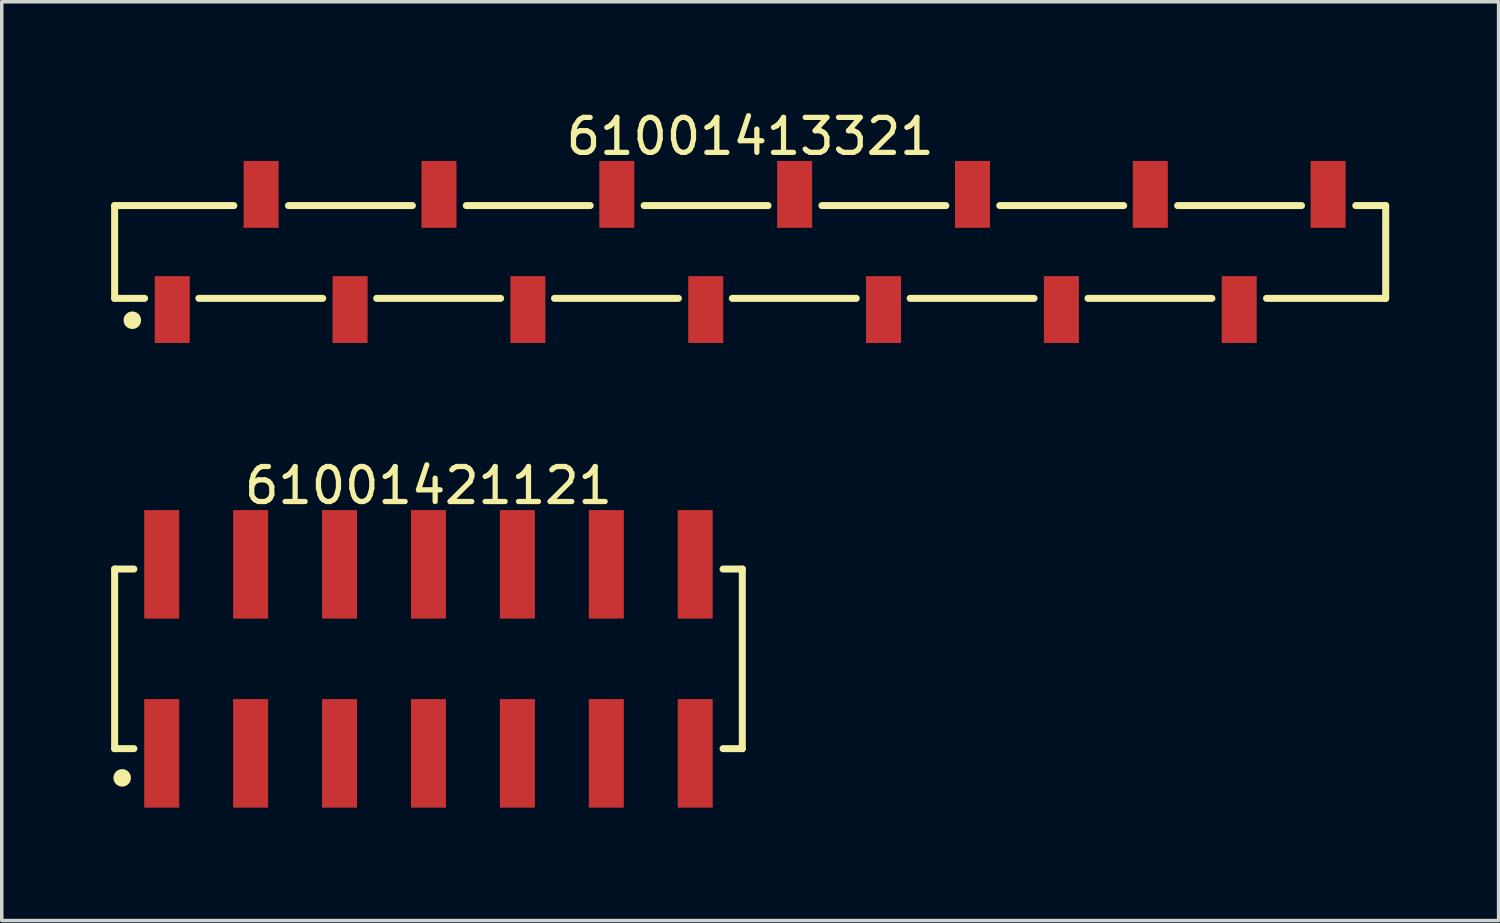
<source format=kicad_pcb>
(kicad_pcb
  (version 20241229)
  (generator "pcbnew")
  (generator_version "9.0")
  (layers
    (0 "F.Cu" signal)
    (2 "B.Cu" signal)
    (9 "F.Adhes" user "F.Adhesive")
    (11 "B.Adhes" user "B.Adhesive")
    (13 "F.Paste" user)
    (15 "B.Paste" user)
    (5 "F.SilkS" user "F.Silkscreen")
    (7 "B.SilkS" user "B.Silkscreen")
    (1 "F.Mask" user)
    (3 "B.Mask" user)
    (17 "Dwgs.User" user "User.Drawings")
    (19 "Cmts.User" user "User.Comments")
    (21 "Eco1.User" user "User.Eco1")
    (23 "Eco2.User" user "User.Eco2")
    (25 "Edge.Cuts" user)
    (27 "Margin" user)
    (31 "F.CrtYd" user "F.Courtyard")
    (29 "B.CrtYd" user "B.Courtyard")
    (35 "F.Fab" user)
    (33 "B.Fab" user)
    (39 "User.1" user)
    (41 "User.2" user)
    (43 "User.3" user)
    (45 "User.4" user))
  (footprint "61001421121"
    (layer "F.Cu")
    (at 9.19 15.771)
    (property "Reference" "61001421121" (at 0 -4.95 0) (layer "F.SilkS") (effects (font (size 1 1) (thickness 0.15))))
    (fp_line (start -8.965 -2.565) (end -8.415 -2.565) (stroke (width 0.2) (type solid)) (layer "F.SilkS"))
    (fp_line (start -8.965 2.565) (end -8.965 -2.565) (stroke (width 0.2) (type solid)) (layer "F.SilkS"))
    (fp_line (start -8.965 2.565) (end -8.415 2.565) (stroke (width 0.2) (type solid)) (layer "F.SilkS"))
    (fp_line (start 8.415 -2.565) (end 8.965 -2.565) (stroke (width 0.2) (type solid)) (layer "F.SilkS"))
    (fp_line (start 8.415 2.565) (end 8.965 2.565) (stroke (width 0.2) (type solid)) (layer "F.SilkS"))
    (fp_line (start 8.965 2.565) (end 8.965 -2.565) (stroke (width 0.2) (type solid)) (layer "F.SilkS"))
    (fp_circle (center -8.75 3.4) (end -8.75 3.275) (stroke (width 0.25) (type solid)) (fill no) (layer "F.SilkS"))
    (fp_line (start -9.165 -4.45) (end 9.165 -4.45) (stroke (width 0.05) (type solid)) (layer "Eco2.User"))
    (fp_line (start -9.165 4.45) (end -9.165 -4.45) (stroke (width 0.05) (type solid)) (layer "Eco2.User"))
    (fp_line (start -9.165 4.45) (end 9.165 4.45) (stroke (width 0.05) (type solid)) (layer "Eco2.User"))
    (fp_line (start -8.89 -2.54) (end 8.89 -2.54) (stroke (width 0.1) (type solid)) (layer "Eco2.User"))
    (fp_line (start -8.89 2.54) (end -8.89 -2.54) (stroke (width 0.1) (type solid)) (layer "Eco2.User"))
    (fp_line (start -8.89 2.54) (end 8.89 2.54) (stroke (width 0.1) (type solid)) (layer "Eco2.User"))
    (fp_line (start -7.94 -3.75) (end -7.3 -3.75) (stroke (width 0.1) (type solid)) (layer "Eco2.User"))
    (fp_line (start -7.94 -2.54) (end -7.94 -3.75) (stroke (width 0.1) (type solid)) (layer "Eco2.User"))
    (fp_line (start -7.94 3.75) (end -7.94 2.54) (stroke (width 0.1) (type solid)) (layer "Eco2.User"))
    (fp_line (start -7.94 3.75) (end -7.3 3.75) (stroke (width 0.1) (type solid)) (layer "Eco2.User"))
    (fp_line (start -7.3 -2.54) (end -7.3 -3.75) (stroke (width 0.1) (type solid)) (layer "Eco2.User"))
    (fp_line (start -7.3 3.75) (end -7.3 2.54) (stroke (width 0.1) (type solid)) (layer "Eco2.User"))
    (fp_line (start -5.4 -3.75) (end -4.76 -3.75) (stroke (width 0.1) (type solid)) (layer "Eco2.User"))
    (fp_line (start -5.4 -2.54) (end -5.4 -3.75) (stroke (width 0.1) (type solid)) (layer "Eco2.User"))
    (fp_line (start -5.4 3.75) (end -5.4 2.54) (stroke (width 0.1) (type solid)) (layer "Eco2.User"))
    (fp_line (start -5.4 3.75) (end -4.76 3.75) (stroke (width 0.1) (type solid)) (layer "Eco2.User"))
    (fp_line (start -4.76 -2.54) (end -4.76 -3.75) (stroke (width 0.1) (type solid)) (layer "Eco2.User"))
    (fp_line (start -4.76 3.75) (end -4.76 2.54) (stroke (width 0.1) (type solid)) (layer "Eco2.User"))
    (fp_line (start -2.86 -3.75) (end -2.22 -3.75) (stroke (width 0.1) (type solid)) (layer "Eco2.User"))
    (fp_line (start -2.86 -2.54) (end -2.86 -3.75) (stroke (width 0.1) (type solid)) (layer "Eco2.User"))
    (fp_line (start -2.86 3.75) (end -2.86 2.54) (stroke (width 0.1) (type solid)) (layer "Eco2.User"))
    (fp_line (start -2.86 3.75) (end -2.22 3.75) (stroke (width 0.1) (type solid)) (layer "Eco2.User"))
    (fp_line (start -2.22 -2.54) (end -2.22 -3.75) (stroke (width 0.1) (type solid)) (layer "Eco2.User"))
    (fp_line (start -2.22 3.75) (end -2.22 2.54) (stroke (width 0.1) (type solid)) (layer "Eco2.User"))
    (fp_line (start -0.5 0) (end 0.5 0) (stroke (width 0.05) (type solid)) (layer "Eco2.User"))
    (fp_line (start -0.32 -3.75) (end 0.32 -3.75) (stroke (width 0.1) (type solid)) (layer "Eco2.User"))
    (fp_line (start -0.32 -2.54) (end -0.32 -3.75) (stroke (width 0.1) (type solid)) (layer "Eco2.User"))
    (fp_line (start -0.32 3.75) (end -0.32 2.54) (stroke (width 0.1) (type solid)) (layer "Eco2.User"))
    (fp_line (start -0.32 3.75) (end 0.32 3.75) (stroke (width 0.1) (type solid)) (layer "Eco2.User"))
    (fp_line (start 0 0.5) (end 0 -0.5) (stroke (width 0.05) (type solid)) (layer "Eco2.User"))
    (fp_line (start 0.32 -2.54) (end 0.32 -3.75) (stroke (width 0.1) (type solid)) (layer "Eco2.User"))
    (fp_line (start 0.32 3.75) (end 0.32 2.54) (stroke (width 0.1) (type solid)) (layer "Eco2.User"))
    (fp_line (start 2.22 -3.75) (end 2.86 -3.75) (stroke (width 0.1) (type solid)) (layer "Eco2.User"))
    (fp_line (start 2.22 -2.54) (end 2.22 -3.75) (stroke (width 0.1) (type solid)) (layer "Eco2.User"))
    (fp_line (start 2.22 3.75) (end 2.22 2.54) (stroke (width 0.1) (type solid)) (layer "Eco2.User"))
    (fp_line (start 2.22 3.75) (end 2.86 3.75) (stroke (width 0.1) (type solid)) (layer "Eco2.User"))
    (fp_line (start 2.86 -2.54) (end 2.86 -3.75) (stroke (width 0.1) (type solid)) (layer "Eco2.User"))
    (fp_line (start 2.86 3.75) (end 2.86 2.54) (stroke (width 0.1) (type solid)) (layer "Eco2.User"))
    (fp_line (start 4.76 -3.75) (end 5.4 -3.75) (stroke (width 0.1) (type solid)) (layer "Eco2.User"))
    (fp_line (start 4.76 -2.54) (end 4.76 -3.75) (stroke (width 0.1) (type solid)) (layer "Eco2.User"))
    (fp_line (start 4.76 3.75) (end 4.76 2.54) (stroke (width 0.1) (type solid)) (layer "Eco2.User"))
    (fp_line (start 4.76 3.75) (end 5.4 3.75) (stroke (width 0.1) (type solid)) (layer "Eco2.User"))
    (fp_line (start 5.4 -2.54) (end 5.4 -3.75) (stroke (width 0.1) (type solid)) (layer "Eco2.User"))
    (fp_line (start 5.4 3.75) (end 5.4 2.54) (stroke (width 0.1) (type solid)) (layer "Eco2.User"))
    (fp_line (start 7.3 -3.75) (end 7.94 -3.75) (stroke (width 0.1) (type solid)) (layer "Eco2.User"))
    (fp_line (start 7.3 -2.54) (end 7.3 -3.75) (stroke (width 0.1) (type solid)) (layer "Eco2.User"))
    (fp_line (start 7.3 3.75) (end 7.3 2.54) (stroke (width 0.1) (type solid)) (layer "Eco2.User"))
    (fp_line (start 7.3 3.75) (end 7.94 3.75) (stroke (width 0.1) (type solid)) (layer "Eco2.User"))
    (fp_line (start 7.94 -2.54) (end 7.94 -3.75) (stroke (width 0.1) (type solid)) (layer "Eco2.User"))
    (fp_line (start 7.94 3.75) (end 7.94 2.54) (stroke (width 0.1) (type solid)) (layer "Eco2.User"))
    (fp_line (start 8.89 2.54) (end 8.89 -2.54) (stroke (width 0.1) (type solid)) (layer "Eco2.User"))
    (fp_line (start 9.165 4.45) (end 9.165 -4.45) (stroke (width 0.05) (type solid)) (layer "Eco2.User"))
    (fp_text user "${REFERENCE}" (at 0.15 -0.197 0) (unlocked yes) (layer "User.3") (effects (font (size 1.5 1.5) (thickness 0.15))))
    (pad "1" smd rect (at -7.62 2.7) (size 1 3.1) (layers "F.Cu" "F.Mask" "F.Paste"))
    (pad "2" smd rect (at -7.62 -2.7) (size 1 3.1) (layers "F.Cu" "F.Mask" "F.Paste"))
    (pad "3" smd rect (at -5.08 2.7) (size 1 3.1) (layers "F.Cu" "F.Mask" "F.Paste"))
    (pad "4" smd rect (at -5.08 -2.7) (size 1 3.1) (layers "F.Cu" "F.Mask" "F.Paste"))
    (pad "5" smd rect (at -2.54 2.7) (size 1 3.1) (layers "F.Cu" "F.Mask" "F.Paste"))
    (pad "6" smd rect (at -2.54 -2.7) (size 1 3.1) (layers "F.Cu" "F.Mask" "F.Paste"))
    (pad "7" smd rect (at 0 2.7) (size 1 3.1) (layers "F.Cu" "F.Mask" "F.Paste"))
    (pad "8" smd rect (at 0 -2.7) (size 1 3.1) (layers "F.Cu" "F.Mask" "F.Paste"))
    (pad "9" smd rect (at 2.54 2.7) (size 1 3.1) (layers "F.Cu" "F.Mask" "F.Paste"))
    (pad "10" smd rect (at 2.54 -2.7) (size 1 3.1) (layers "F.Cu" "F.Mask" "F.Paste"))
    (pad "11" smd rect (at 5.08 2.7) (size 1 3.1) (layers "F.Cu" "F.Mask" "F.Paste"))
    (pad "12" smd rect (at 5.08 -2.7) (size 1 3.1) (layers "F.Cu" "F.Mask" "F.Paste"))
    (pad "13" smd rect (at 7.62 2.7) (size 1 3.1) (layers "F.Cu" "F.Mask" "F.Paste"))
    (pad "14" smd rect (at 7.62 -2.7) (size 1 3.1) (layers "F.Cu" "F.Mask" "F.Paste")))
  (footprint "61001413321"
    (layer "F.Cu")
    (at 18.38 4.148)
    (property "Reference" "61001413321" (at 0 -3.3 0) (layer "F.SilkS") (effects (font (size 1 1) (thickness 0.15))))
    (fp_line (start -18.155 -1.325) (end -14.75 -1.325) (stroke (width 0.2) (type solid)) (layer "F.SilkS"))
    (fp_line (start -18.155 1.325) (end -18.155 -1.325) (stroke (width 0.2) (type solid)) (layer "F.SilkS"))
    (fp_line (start -18.155 1.325) (end -17.3 1.325) (stroke (width 0.2) (type solid)) (layer "F.SilkS"))
    (fp_line (start -15.75 1.325) (end -12.21 1.325) (stroke (width 0.2) (type solid)) (layer "F.SilkS"))
    (fp_line (start -13.19 -1.325) (end -9.65 -1.325) (stroke (width 0.2) (type solid)) (layer "F.SilkS"))
    (fp_line (start -10.67 1.325) (end -7.13 1.325) (stroke (width 0.2) (type solid)) (layer "F.SilkS"))
    (fp_line (start -8.11 -1.325) (end -4.57 -1.325) (stroke (width 0.2) (type solid)) (layer "F.SilkS"))
    (fp_line (start -5.59 1.325) (end -2.05 1.325) (stroke (width 0.2) (type solid)) (layer "F.SilkS"))
    (fp_line (start -3.03 -1.325) (end 0.51 -1.325) (stroke (width 0.2) (type solid)) (layer "F.SilkS"))
    (fp_line (start -0.51 1.325) (end 3.03 1.325) (stroke (width 0.2) (type solid)) (layer "F.SilkS"))
    (fp_line (start 2.05 -1.325) (end 5.59 -1.325) (stroke (width 0.2) (type solid)) (layer "F.SilkS"))
    (fp_line (start 4.57 1.325) (end 8.11 1.325) (stroke (width 0.2) (type solid)) (layer "F.SilkS"))
    (fp_line (start 7.13 -1.325) (end 10.67 -1.325) (stroke (width 0.2) (type solid)) (layer "F.SilkS"))
    (fp_line (start 9.65 1.325) (end 13.19 1.325) (stroke (width 0.2) (type solid)) (layer "F.SilkS"))
    (fp_line (start 12.21 -1.325) (end 15.75 -1.325) (stroke (width 0.2) (type solid)) (layer "F.SilkS"))
    (fp_line (start 14.75 1.325) (end 18.155 1.325) (stroke (width 0.2) (type solid)) (layer "F.SilkS"))
    (fp_line (start 17.3 -1.325) (end 18.155 -1.325) (stroke (width 0.2) (type solid)) (layer "F.SilkS"))
    (fp_line (start 18.155 1.325) (end 18.155 -1.325) (stroke (width 0.2) (type solid)) (layer "F.SilkS"))
    (fp_circle (center -17.65 1.95) (end -17.65 1.825) (stroke (width 0.25) (type solid)) (fill no) (layer "F.SilkS"))
    (fp_line (start -18.355 -2.8) (end 18.355 -2.8) (stroke (width 0.05) (type solid)) (layer "Eco2.User"))
    (fp_line (start -18.355 2.8) (end -18.355 -2.8) (stroke (width 0.05) (type solid)) (layer "Eco2.User"))
    (fp_line (start -18.355 2.8) (end 18.355 2.8) (stroke (width 0.05) (type solid)) (layer "Eco2.User"))
    (fp_line (start -18.03 -1.25) (end 18.03 -1.25) (stroke (width 0.1) (type solid)) (layer "Eco2.User"))
    (fp_line (start -18.03 1.25) (end -18.03 -1.25) (stroke (width 0.1) (type solid)) (layer "Eco2.User"))
    (fp_line (start -18.03 1.25) (end 18.03 1.25) (stroke (width 0.1) (type solid)) (layer "Eco2.User"))
    (fp_line (start -16.76 2.025) (end -16.76 1.25) (stroke (width 0.1) (type solid)) (layer "Eco2.User"))
    (fp_line (start -16.76 2.025) (end -16.26 2.025) (stroke (width 0.1) (type solid)) (layer "Eco2.User"))
    (fp_line (start -16.26 2.025) (end -16.26 1.25) (stroke (width 0.1) (type solid)) (layer "Eco2.User"))
    (fp_line (start -14.22 -2.025) (end -13.72 -2.025) (stroke (width 0.1) (type solid)) (layer "Eco2.User"))
    (fp_line (start -14.22 -1.25) (end -14.22 -2.025) (stroke (width 0.1) (type solid)) (layer "Eco2.User"))
    (fp_line (start -13.72 -1.25) (end -13.72 -2.025) (stroke (width 0.1) (type solid)) (layer "Eco2.User"))
    (fp_line (start -11.68 2.025) (end -11.68 1.25) (stroke (width 0.1) (type solid)) (layer "Eco2.User"))
    (fp_line (start -11.68 2.025) (end -11.18 2.025) (stroke (width 0.1) (type solid)) (layer "Eco2.User"))
    (fp_line (start -11.18 2.025) (end -11.18 1.25) (stroke (width 0.1) (type solid)) (layer "Eco2.User"))
    (fp_line (start -9.14 -2.025) (end -8.64 -2.025) (stroke (width 0.1) (type solid)) (layer "Eco2.User"))
    (fp_line (start -9.14 -1.25) (end -9.14 -2.025) (stroke (width 0.1) (type solid)) (layer "Eco2.User"))
    (fp_line (start -8.64 -1.25) (end -8.64 -2.025) (stroke (width 0.1) (type solid)) (layer "Eco2.User"))
    (fp_line (start -6.6 2.025) (end -6.6 1.25) (stroke (width 0.1) (type solid)) (layer "Eco2.User"))
    (fp_line (start -6.6 2.025) (end -6.1 2.025) (stroke (width 0.1) (type solid)) (layer "Eco2.User"))
    (fp_line (start -6.1 2.025) (end -6.1 1.25) (stroke (width 0.1) (type solid)) (layer "Eco2.User"))
    (fp_line (start -4.06 -2.025) (end -3.56 -2.025) (stroke (width 0.1) (type solid)) (layer "Eco2.User"))
    (fp_line (start -4.06 -1.25) (end -4.06 -2.025) (stroke (width 0.1) (type solid)) (layer "Eco2.User"))
    (fp_line (start -3.56 -1.25) (end -3.56 -2.025) (stroke (width 0.1) (type solid)) (layer "Eco2.User"))
    (fp_line (start -1.52 2.025) (end -1.52 1.25) (stroke (width 0.1) (type solid)) (layer "Eco2.User"))
    (fp_line (start -1.52 2.025) (end -1.02 2.025) (stroke (width 0.1) (type solid)) (layer "Eco2.User"))
    (fp_line (start -1.02 2.025) (end -1.02 1.25) (stroke (width 0.1) (type solid)) (layer "Eco2.User"))
    (fp_line (start -0.5 0) (end 0.5 0) (stroke (width 0.05) (type solid)) (layer "Eco2.User"))
    (fp_line (start 0 0.5) (end 0 -0.5) (stroke (width 0.05) (type solid)) (layer "Eco2.User"))
    (fp_line (start 1.02 -2.025) (end 1.52 -2.025) (stroke (width 0.1) (type solid)) (layer "Eco2.User"))
    (fp_line (start 1.02 -1.25) (end 1.02 -2.025) (stroke (width 0.1) (type solid)) (layer "Eco2.User"))
    (fp_line (start 1.52 -1.25) (end 1.52 -2.025) (stroke (width 0.1) (type solid)) (layer "Eco2.User"))
    (fp_line (start 3.56 2.025) (end 3.56 1.25) (stroke (width 0.1) (type solid)) (layer "Eco2.User"))
    (fp_line (start 3.56 2.025) (end 4.06 2.025) (stroke (width 0.1) (type solid)) (layer "Eco2.User"))
    (fp_line (start 4.06 2.025) (end 4.06 1.25) (stroke (width 0.1) (type solid)) (layer "Eco2.User"))
    (fp_line (start 6.1 -2.025) (end 6.6 -2.025) (stroke (width 0.1) (type solid)) (layer "Eco2.User"))
    (fp_line (start 6.1 -1.25) (end 6.1 -2.025) (stroke (width 0.1) (type solid)) (layer "Eco2.User"))
    (fp_line (start 6.6 -1.25) (end 6.6 -2.025) (stroke (width 0.1) (type solid)) (layer "Eco2.User"))
    (fp_line (start 8.64 2.025) (end 8.64 1.25) (stroke (width 0.1) (type solid)) (layer "Eco2.User"))
    (fp_line (start 8.64 2.025) (end 9.14 2.025) (stroke (width 0.1) (type solid)) (layer "Eco2.User"))
    (fp_line (start 9.14 2.025) (end 9.14 1.25) (stroke (width 0.1) (type solid)) (layer "Eco2.User"))
    (fp_line (start 11.18 -2.025) (end 11.68 -2.025) (stroke (width 0.1) (type solid)) (layer "Eco2.User"))
    (fp_line (start 11.18 -1.25) (end 11.18 -2.025) (stroke (width 0.1) (type solid)) (layer "Eco2.User"))
    (fp_line (start 11.68 -1.25) (end 11.68 -2.025) (stroke (width 0.1) (type solid)) (layer "Eco2.User"))
    (fp_line (start 13.72 2.025) (end 13.72 1.25) (stroke (width 0.1) (type solid)) (layer "Eco2.User"))
    (fp_line (start 13.72 2.025) (end 14.22 2.025) (stroke (width 0.1) (type solid)) (layer "Eco2.User"))
    (fp_line (start 14.22 2.025) (end 14.22 1.25) (stroke (width 0.1) (type solid)) (layer "Eco2.User"))
    (fp_line (start 16.26 -2.025) (end 16.76 -2.025) (stroke (width 0.1) (type solid)) (layer "Eco2.User"))
    (fp_line (start 16.26 -1.25) (end 16.26 -2.025) (stroke (width 0.1) (type solid)) (layer "Eco2.User"))
    (fp_line (start 16.76 -1.25) (end 16.76 -2.025) (stroke (width 0.1) (type solid)) (layer "Eco2.User"))
    (fp_line (start 18.03 1.25) (end 18.03 -1.25) (stroke (width 0.1) (type solid)) (layer "Eco2.User"))
    (fp_line (start 18.355 2.8) (end 18.355 -2.8) (stroke (width 0.05) (type solid)) (layer "Eco2.User"))
    (fp_text user "${REFERENCE}" (at 0.15 -0.197 0) (unlocked yes) (layer "User.3") (effects (font (size 1.5 1.5) (thickness 0.15))))
    (pad "1" smd rect (at -16.51 1.645 180) (size 1 1.91) (layers "F.Cu" "F.Mask" "F.Paste"))
    (pad "2" smd rect (at -13.97 -1.645 180) (size 1 1.91) (layers "F.Cu" "F.Mask" "F.Paste"))
    (pad "3" smd rect (at -11.43 1.645 180) (size 1 1.91) (layers "F.Cu" "F.Mask" "F.Paste"))
    (pad "4" smd rect (at -8.89 -1.645 180) (size 1 1.91) (layers "F.Cu" "F.Mask" "F.Paste"))
    (pad "5" smd rect (at -6.35 1.645 180) (size 1 1.91) (layers "F.Cu" "F.Mask" "F.Paste"))
    (pad "6" smd rect (at -3.81 -1.645 180) (size 1 1.91) (layers "F.Cu" "F.Mask" "F.Paste"))
    (pad "7" smd rect (at -1.27 1.645 180) (size 1 1.91) (layers "F.Cu" "F.Mask" "F.Paste"))
    (pad "8" smd rect (at 1.27 -1.645 180) (size 1 1.91) (layers "F.Cu" "F.Mask" "F.Paste"))
    (pad "9" smd rect (at 3.81 1.645 180) (size 1 1.91) (layers "F.Cu" "F.Mask" "F.Paste"))
    (pad "10" smd rect (at 6.35 -1.645 180) (size 1 1.91) (layers "F.Cu" "F.Mask" "F.Paste"))
    (pad "11" smd rect (at 8.89 1.645 180) (size 1 1.91) (layers "F.Cu" "F.Mask" "F.Paste"))
    (pad "12" smd rect (at 11.43 -1.645 180) (size 1 1.91) (layers "F.Cu" "F.Mask" "F.Paste"))
    (pad "13" smd rect (at 13.97 1.645 180) (size 1 1.91) (layers "F.Cu" "F.Mask" "F.Paste"))
    (pad "14" smd rect (at 16.51 -1.645 180) (size 1 1.91) (layers "F.Cu" "F.Mask" "F.Paste")))
  (gr_rect
    (start -3 -3)
    (end 39.76 23.247)
    (stroke (width 0.1) (type default))
    (fill no)
    (layer "Edge.Cuts")))
</source>
